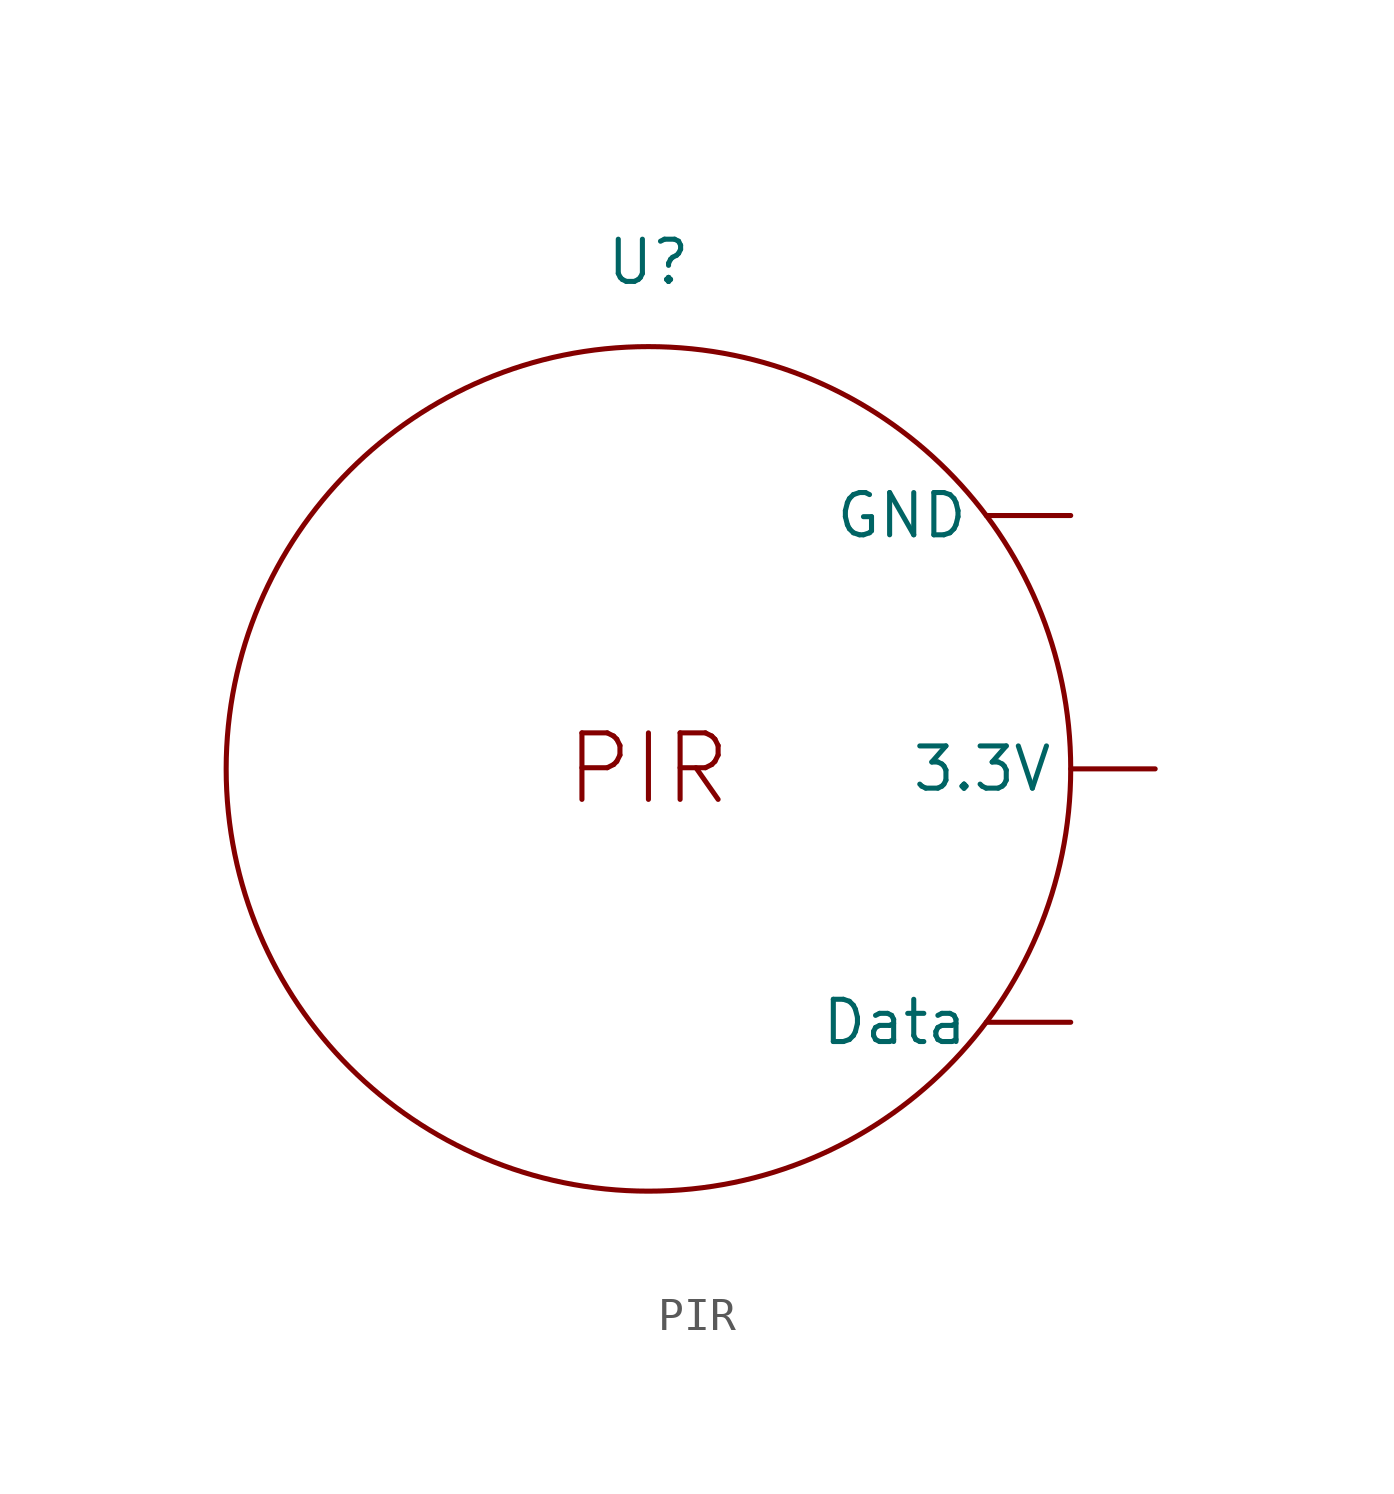
<source format=kicad_sym>
(kicad_symbol_lib
  (version 20231120)
  (generator "kicad_symbol_editor")
  (generator_version "8.0")
  (symbol "PIR"
    (pin_numbers hide)
    (property "Reference" "U"
      (at 0 15.24 0)
      (effects (font (size 1.27 1.27))))
    (property "Value" ""
      (at 0 0 0)
      (effects (font (size 1.27 1.27))))
    (symbol "PIR_0_1"
      (circle (center 0 0) (radius 12.7) (stroke (width 0) (type default)) (fill (type none))))
    (symbol "PIR_1_1"
      (text "PIR" (at 0 0 0) (effects (font (size 2 2))))
      (pin power_in line (at 15.24 0 180) (length 2.54) (name "3.3V" (effects (font (size 1.27 1.27)))) (number "" (effects (font (size 1.27 1.27)))))
      (pin output line (at 12.7 -7.62 180) (length 2.54) (name "Data" (effects (font (size 1.27 1.27)))) (number "" (effects (font (size 1.27 1.27)))))
      (pin power_in line (at 12.7 7.62 180) (length 2.54) (name "GND" (effects (font (size 1.27 1.27)))) (number "" (effects (font (size 1.27 1.27))))))))
</source>
